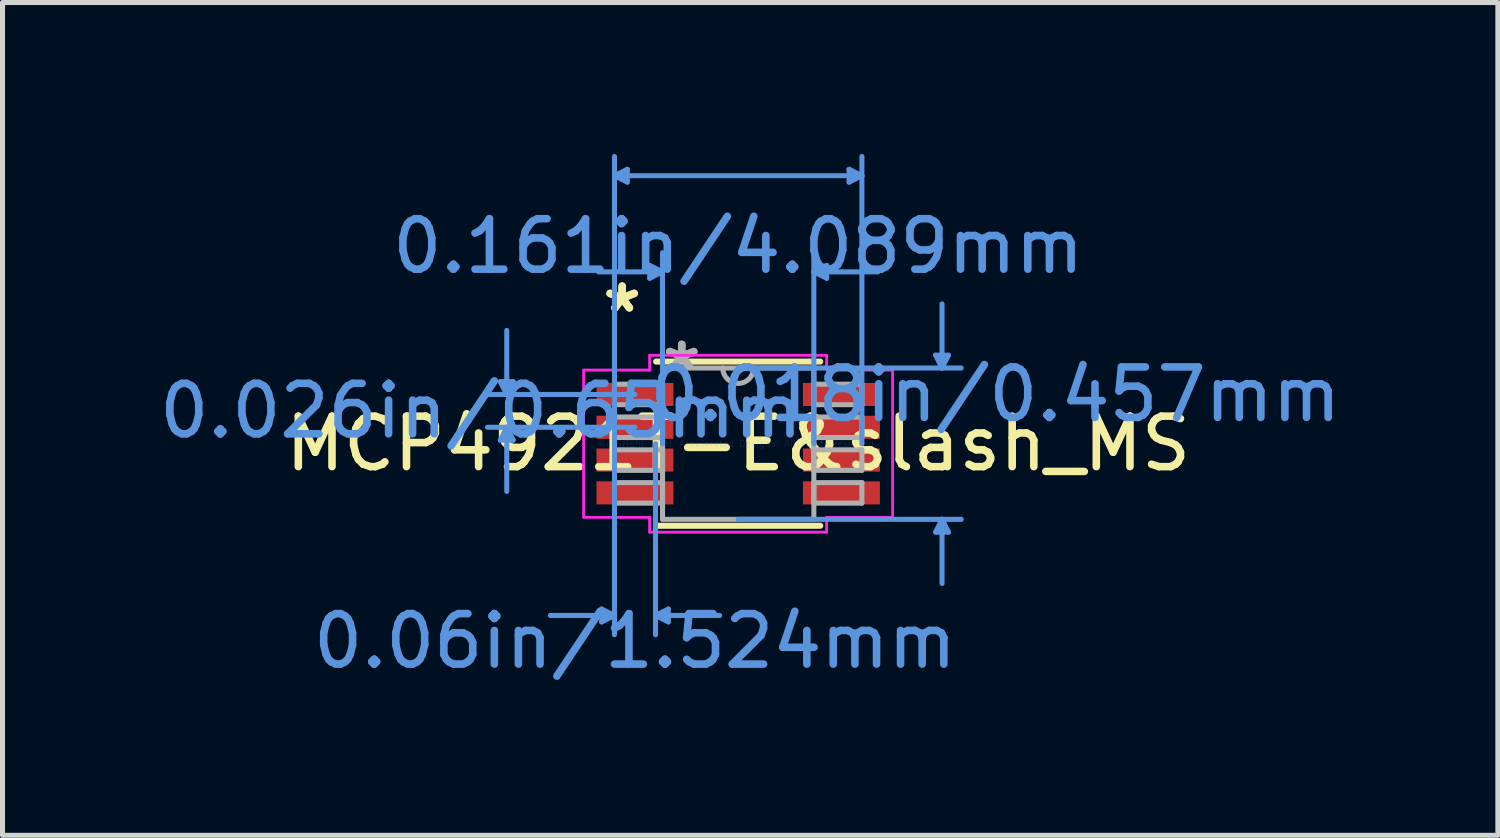
<source format=kicad_pcb>
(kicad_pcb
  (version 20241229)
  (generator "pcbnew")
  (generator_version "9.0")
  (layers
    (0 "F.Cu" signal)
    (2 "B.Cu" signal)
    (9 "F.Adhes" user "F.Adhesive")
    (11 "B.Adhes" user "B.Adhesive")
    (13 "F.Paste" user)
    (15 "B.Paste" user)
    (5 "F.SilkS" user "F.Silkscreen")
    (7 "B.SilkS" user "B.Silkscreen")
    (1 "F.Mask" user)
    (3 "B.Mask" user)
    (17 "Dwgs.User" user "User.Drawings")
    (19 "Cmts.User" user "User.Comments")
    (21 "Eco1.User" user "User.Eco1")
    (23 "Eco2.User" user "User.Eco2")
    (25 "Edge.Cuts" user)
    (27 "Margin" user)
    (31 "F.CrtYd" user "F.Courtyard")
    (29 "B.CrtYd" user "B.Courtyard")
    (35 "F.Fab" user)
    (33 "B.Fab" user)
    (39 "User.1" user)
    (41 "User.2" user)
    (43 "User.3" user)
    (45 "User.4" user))
  (footprint "MCP4921T-E&slash_MS"
    (layer "F.Cu")
    (at 11.575 5.74)
    (property "Reference" "MCP4921T-E&slash_MS" (at 0 0 0) (layer "F.SilkS") (effects (font (size 1 1) (thickness 0.15))))
    (attr through_hole)
    (fp_line (start -1.626 1.626) (end 1.626 1.626) (stroke (width 0.12) (type solid)) (layer "F.SilkS"))
    (fp_line (start 1.626 -1.626) (end -1.626 -1.626) (stroke (width 0.12) (type solid)) (layer "F.SilkS"))
    (fp_line (start -4.712 -1.229) (end -4.458 -1.229) (stroke (width 0.1) (type solid)) (layer "Cmts.User"))
    (fp_line (start -4.712 -0.071) (end -4.458 -0.071) (stroke (width 0.1) (type solid)) (layer "Cmts.User"))
    (fp_line (start -4.585 -0.975) (end -4.712 -1.229) (stroke (width 0.1) (type solid)) (layer "Cmts.User"))
    (fp_line (start -4.585 -0.975) (end -4.585 -2.245) (stroke (width 0.1) (type solid)) (layer "Cmts.User"))
    (fp_line (start -4.585 -0.975) (end -4.458 -1.229) (stroke (width 0.1) (type solid)) (layer "Cmts.User"))
    (fp_line (start -4.585 -0.325) (end -4.712 -0.071) (stroke (width 0.1) (type solid)) (layer "Cmts.User"))
    (fp_line (start -4.585 -0.325) (end -4.585 0.945) (stroke (width 0.1) (type solid)) (layer "Cmts.User"))
    (fp_line (start -4.585 -0.325) (end -4.458 -0.071) (stroke (width 0.1) (type solid)) (layer "Cmts.User"))
    (fp_line (start -2.705 3.277) (end -2.705 3.531) (stroke (width 0.1) (type solid)) (layer "Cmts.User"))
    (fp_line (start -2.451 -5.309) (end -2.197 -5.436) (stroke (width 0.1) (type solid)) (layer "Cmts.User"))
    (fp_line (start -2.451 -5.309) (end -2.197 -5.182) (stroke (width 0.1) (type solid)) (layer "Cmts.User"))
    (fp_line (start -2.451 -5.309) (end 2.451 -5.309) (stroke (width 0.1) (type solid)) (layer "Cmts.User"))
    (fp_line (start -2.451 0) (end -2.451 -5.69) (stroke (width 0.1) (type solid)) (layer "Cmts.User"))
    (fp_line (start -2.451 0) (end -2.451 3.785) (stroke (width 0.1) (type solid)) (layer "Cmts.User"))
    (fp_line (start -2.451 3.404) (end -3.721 3.404) (stroke (width 0.1) (type solid)) (layer "Cmts.User"))
    (fp_line (start -2.451 3.404) (end -2.705 3.277) (stroke (width 0.1) (type solid)) (layer "Cmts.User"))
    (fp_line (start -2.451 3.404) (end -2.705 3.531) (stroke (width 0.1) (type solid)) (layer "Cmts.User"))
    (fp_line (start -2.197 -5.436) (end -2.197 -5.182) (stroke (width 0.1) (type solid)) (layer "Cmts.User"))
    (fp_line (start -2.045 -0.975) (end -4.966 -0.975) (stroke (width 0.1) (type solid)) (layer "Cmts.User"))
    (fp_line (start -2.045 -0.325) (end -4.966 -0.325) (stroke (width 0.1) (type solid)) (layer "Cmts.User"))
    (fp_line (start -1.753 -3.531) (end -1.753 -3.277) (stroke (width 0.1) (type solid)) (layer "Cmts.User"))
    (fp_line (start -1.638 0) (end -1.638 3.785) (stroke (width 0.1) (type solid)) (layer "Cmts.User"))
    (fp_line (start -1.638 3.404) (end -1.384 3.277) (stroke (width 0.1) (type solid)) (layer "Cmts.User"))
    (fp_line (start -1.638 3.404) (end -1.384 3.531) (stroke (width 0.1) (type solid)) (layer "Cmts.User"))
    (fp_line (start -1.638 3.404) (end -0.368 3.404) (stroke (width 0.1) (type solid)) (layer "Cmts.User"))
    (fp_line (start -1.499 -3.404) (end -2.769 -3.404) (stroke (width 0.1) (type solid)) (layer "Cmts.User"))
    (fp_line (start -1.499 -3.404) (end -1.753 -3.531) (stroke (width 0.1) (type solid)) (layer "Cmts.User"))
    (fp_line (start -1.499 -3.404) (end -1.753 -3.277) (stroke (width 0.1) (type solid)) (layer "Cmts.User"))
    (fp_line (start -1.499 0) (end -1.499 -3.785) (stroke (width 0.1) (type solid)) (layer "Cmts.User"))
    (fp_line (start -1.384 3.277) (end -1.384 3.531) (stroke (width 0.1) (type solid)) (layer "Cmts.User"))
    (fp_line (start 0 -1.499) (end 4.42 -1.499) (stroke (width 0.1) (type solid)) (layer "Cmts.User"))
    (fp_line (start 0 1.499) (end 4.42 1.499) (stroke (width 0.1) (type solid)) (layer "Cmts.User"))
    (fp_line (start 1.499 -3.404) (end 1.753 -3.531) (stroke (width 0.1) (type solid)) (layer "Cmts.User"))
    (fp_line (start 1.499 -3.404) (end 1.753 -3.277) (stroke (width 0.1) (type solid)) (layer "Cmts.User"))
    (fp_line (start 1.499 -3.404) (end 2.769 -3.404) (stroke (width 0.1) (type solid)) (layer "Cmts.User"))
    (fp_line (start 1.499 0) (end 1.499 -3.785) (stroke (width 0.1) (type solid)) (layer "Cmts.User"))
    (fp_line (start 1.753 -3.531) (end 1.753 -3.277) (stroke (width 0.1) (type solid)) (layer "Cmts.User"))
    (fp_line (start 2.197 -5.436) (end 2.197 -5.182) (stroke (width 0.1) (type solid)) (layer "Cmts.User"))
    (fp_line (start 2.451 -5.309) (end 2.197 -5.436) (stroke (width 0.1) (type solid)) (layer "Cmts.User"))
    (fp_line (start 2.451 -5.309) (end 2.197 -5.182) (stroke (width 0.1) (type solid)) (layer "Cmts.User"))
    (fp_line (start 2.451 0) (end 2.451 -5.69) (stroke (width 0.1) (type solid)) (layer "Cmts.User"))
    (fp_line (start 3.912 -1.753) (end 4.166 -1.753) (stroke (width 0.1) (type solid)) (layer "Cmts.User"))
    (fp_line (start 3.912 1.753) (end 4.166 1.753) (stroke (width 0.1) (type solid)) (layer "Cmts.User"))
    (fp_line (start 4.039 -1.499) (end 3.912 -1.753) (stroke (width 0.1) (type solid)) (layer "Cmts.User"))
    (fp_line (start 4.039 -1.499) (end 4.039 -2.769) (stroke (width 0.1) (type solid)) (layer "Cmts.User"))
    (fp_line (start 4.039 -1.499) (end 4.166 -1.753) (stroke (width 0.1) (type solid)) (layer "Cmts.User"))
    (fp_line (start 4.039 1.499) (end 3.912 1.753) (stroke (width 0.1) (type solid)) (layer "Cmts.User"))
    (fp_line (start 4.039 1.499) (end 4.039 2.769) (stroke (width 0.1) (type solid)) (layer "Cmts.User"))
    (fp_line (start 4.039 1.499) (end 4.166 1.753) (stroke (width 0.1) (type solid)) (layer "Cmts.User"))
    (fp_line (start -3.061 -1.458) (end -1.753 -1.458) (stroke (width 0.05) (type solid)) (layer "F.CrtYd"))
    (fp_line (start -3.061 -1.458) (end -1.753 -1.458) (stroke (width 0.05) (type solid)) (layer "F.CrtYd"))
    (fp_line (start -3.061 1.458) (end -3.061 -1.458) (stroke (width 0.05) (type solid)) (layer "F.CrtYd"))
    (fp_line (start -3.061 1.458) (end -3.061 -1.458) (stroke (width 0.05) (type solid)) (layer "F.CrtYd"))
    (fp_line (start -3.061 1.458) (end -1.753 1.458) (stroke (width 0.05) (type solid)) (layer "F.CrtYd"))
    (fp_line (start -1.753 -1.753) (end 1.753 -1.753) (stroke (width 0.05) (type solid)) (layer "F.CrtYd"))
    (fp_line (start -1.753 -1.753) (end 1.753 -1.753) (stroke (width 0.05) (type solid)) (layer "F.CrtYd"))
    (fp_line (start -1.753 -1.458) (end -1.753 -1.753) (stroke (width 0.05) (type solid)) (layer "F.CrtYd"))
    (fp_line (start -1.753 -1.458) (end -1.753 -1.753) (stroke (width 0.05) (type solid)) (layer "F.CrtYd"))
    (fp_line (start -1.753 1.458) (end -3.061 1.458) (stroke (width 0.05) (type solid)) (layer "F.CrtYd"))
    (fp_line (start -1.753 1.753) (end -1.753 1.458) (stroke (width 0.05) (type solid)) (layer "F.CrtYd"))
    (fp_line (start -1.753 1.753) (end -1.753 1.458) (stroke (width 0.05) (type solid)) (layer "F.CrtYd"))
    (fp_line (start 1.753 -1.753) (end 1.753 -1.458) (stroke (width 0.05) (type solid)) (layer "F.CrtYd"))
    (fp_line (start 1.753 -1.753) (end 1.753 -1.458) (stroke (width 0.05) (type solid)) (layer "F.CrtYd"))
    (fp_line (start 1.753 -1.458) (end 3.061 -1.458) (stroke (width 0.05) (type solid)) (layer "F.CrtYd"))
    (fp_line (start 1.753 1.458) (end 1.753 1.753) (stroke (width 0.05) (type solid)) (layer "F.CrtYd"))
    (fp_line (start 1.753 1.458) (end 1.753 1.753) (stroke (width 0.05) (type solid)) (layer "F.CrtYd"))
    (fp_line (start 1.753 1.753) (end -1.753 1.753) (stroke (width 0.05) (type solid)) (layer "F.CrtYd"))
    (fp_line (start 1.753 1.753) (end -1.753 1.753) (stroke (width 0.05) (type solid)) (layer "F.CrtYd"))
    (fp_line (start 3.061 -1.458) (end 1.753 -1.458) (stroke (width 0.05) (type solid)) (layer "F.CrtYd"))
    (fp_line (start 3.061 -1.458) (end 3.061 1.458) (stroke (width 0.05) (type solid)) (layer "F.CrtYd"))
    (fp_line (start 3.061 -1.458) (end 3.061 1.458) (stroke (width 0.05) (type solid)) (layer "F.CrtYd"))
    (fp_line (start 3.061 1.458) (end 1.753 1.458) (stroke (width 0.05) (type solid)) (layer "F.CrtYd"))
    (fp_line (start 3.061 1.458) (end 1.753 1.458) (stroke (width 0.05) (type solid)) (layer "F.CrtYd"))
    (fp_line (start -2.451 -1.178) (end -2.451 -0.772) (stroke (width 0.1) (type solid)) (layer "F.Fab"))
    (fp_line (start -2.451 -0.772) (end -1.499 -0.772) (stroke (width 0.1) (type solid)) (layer "F.Fab"))
    (fp_line (start -2.451 -0.528) (end -2.451 -0.122) (stroke (width 0.1) (type solid)) (layer "F.Fab"))
    (fp_line (start -2.451 -0.122) (end -1.499 -0.122) (stroke (width 0.1) (type solid)) (layer "F.Fab"))
    (fp_line (start -2.451 0.122) (end -2.451 0.528) (stroke (width 0.1) (type solid)) (layer "F.Fab"))
    (fp_line (start -2.451 0.528) (end -1.499 0.528) (stroke (width 0.1) (type solid)) (layer "F.Fab"))
    (fp_line (start -2.451 0.772) (end -2.451 1.178) (stroke (width 0.1) (type solid)) (layer "F.Fab"))
    (fp_line (start -2.451 1.178) (end -1.499 1.178) (stroke (width 0.1) (type solid)) (layer "F.Fab"))
    (fp_line (start -1.499 -1.499) (end -1.499 1.499) (stroke (width 0.1) (type solid)) (layer "F.Fab"))
    (fp_line (start -1.499 -1.178) (end -2.451 -1.178) (stroke (width 0.1) (type solid)) (layer "F.Fab"))
    (fp_line (start -1.499 -0.772) (end -1.499 -1.178) (stroke (width 0.1) (type solid)) (layer "F.Fab"))
    (fp_line (start -1.499 -0.528) (end -2.451 -0.528) (stroke (width 0.1) (type solid)) (layer "F.Fab"))
    (fp_line (start -1.499 -0.122) (end -1.499 -0.528) (stroke (width 0.1) (type solid)) (layer "F.Fab"))
    (fp_line (start -1.499 0.122) (end -2.451 0.122) (stroke (width 0.1) (type solid)) (layer "F.Fab"))
    (fp_line (start -1.499 0.528) (end -1.499 0.122) (stroke (width 0.1) (type solid)) (layer "F.Fab"))
    (fp_line (start -1.499 0.772) (end -2.451 0.772) (stroke (width 0.1) (type solid)) (layer "F.Fab"))
    (fp_line (start -1.499 1.178) (end -1.499 0.772) (stroke (width 0.1) (type solid)) (layer "F.Fab"))
    (fp_line (start -1.499 1.499) (end 1.499 1.499) (stroke (width 0.1) (type solid)) (layer "F.Fab"))
    (fp_line (start 1.499 -1.499) (end -1.499 -1.499) (stroke (width 0.1) (type solid)) (layer "F.Fab"))
    (fp_line (start 1.499 -1.178) (end 1.499 -0.772) (stroke (width 0.1) (type solid)) (layer "F.Fab"))
    (fp_line (start 1.499 -0.772) (end 2.451 -0.772) (stroke (width 0.1) (type solid)) (layer "F.Fab"))
    (fp_line (start 1.499 -0.528) (end 1.499 -0.122) (stroke (width 0.1) (type solid)) (layer "F.Fab"))
    (fp_line (start 1.499 -0.122) (end 2.451 -0.122) (stroke (width 0.1) (type solid)) (layer "F.Fab"))
    (fp_line (start 1.499 0.122) (end 1.499 0.528) (stroke (width 0.1) (type solid)) (layer "F.Fab"))
    (fp_line (start 1.499 0.528) (end 2.451 0.528) (stroke (width 0.1) (type solid)) (layer "F.Fab"))
    (fp_line (start 1.499 0.772) (end 1.499 1.178) (stroke (width 0.1) (type solid)) (layer "F.Fab"))
    (fp_line (start 1.499 1.178) (end 2.451 1.178) (stroke (width 0.1) (type solid)) (layer "F.Fab"))
    (fp_line (start 1.499 1.499) (end 1.499 -1.499) (stroke (width 0.1) (type solid)) (layer "F.Fab"))
    (fp_line (start 2.451 -1.178) (end 1.499 -1.178) (stroke (width 0.1) (type solid)) (layer "F.Fab"))
    (fp_line (start 2.451 -0.772) (end 2.451 -1.178) (stroke (width 0.1) (type solid)) (layer "F.Fab"))
    (fp_line (start 2.451 -0.528) (end 1.499 -0.528) (stroke (width 0.1) (type solid)) (layer "F.Fab"))
    (fp_line (start 2.451 -0.122) (end 2.451 -0.528) (stroke (width 0.1) (type solid)) (layer "F.Fab"))
    (fp_line (start 2.451 0.122) (end 1.499 0.122) (stroke (width 0.1) (type solid)) (layer "F.Fab"))
    (fp_line (start 2.451 0.528) (end 2.451 0.122) (stroke (width 0.1) (type solid)) (layer "F.Fab"))
    (fp_line (start 2.451 0.772) (end 1.499 0.772) (stroke (width 0.1) (type solid)) (layer "F.Fab"))
    (fp_line (start 2.451 1.178) (end 2.451 0.772) (stroke (width 0.1) (type solid)) (layer "F.Fab"))
    (fp_arc (start 0.3048 -1.4986) (mid 0 -1.1938) (end -0.3048 -1.4986) (stroke (width 0.1) (type solid)) (layer "F.Fab"))
    (fp_text user "*" (at -2.299 -2.575 0) (layer "F.SilkS") (effects (font (size 1 1) (thickness 0.15))))
    (fp_text user "*" (at -2.299 -2.575 0) (layer "F.SilkS") (effects (font (size 1 1) (thickness 0.15))))
    (fp_text user "0.018in/0.457mm" (at 5.093 -0.975 0) (layer "Cmts.User") (effects (font (size 1 1) (thickness 0.15))))
    (fp_text user "0.06in/1.524mm" (at -2.045 3.912 0) (layer "Cmts.User") (effects (font (size 1 1) (thickness 0.15))))
    (fp_text user "0.026in/0.65mm" (at -5.093 -0.65 0) (layer "Cmts.User") (effects (font (size 1 1) (thickness 0.15))))
    (fp_text user "0.161in/4.089mm" (at 0 -3.912 0) (layer "Cmts.User") (effects (font (size 1 1) (thickness 0.15))))
    (fp_text user "Copyright 2021 Accelerated Designs. All rights reserved." (at 0 0 0) (layer "Cmts.User") (effects (font (size 0.127 0.127) (thickness 0.002))))
    (fp_text user "*" (at -1.118 -1.422 0) (layer "F.Fab") (effects (font (size 1 1) (thickness 0.15))))
    (fp_text user "*" (at -1.118 -1.422 0) (layer "F.Fab") (effects (font (size 1 1) (thickness 0.15))))
    (pad "1" smd rect (at -2.045 -0.975) (size 1.524 0.457) (layers "F.Cu" "F.Mask" "F.Paste"))
    (pad "2" smd rect (at -2.045 -0.325) (size 1.524 0.457) (layers "F.Cu" "F.Mask" "F.Paste"))
    (pad "3" smd rect (at -2.045 0.325) (size 1.524 0.457) (layers "F.Cu" "F.Mask" "F.Paste"))
    (pad "4" smd rect (at -2.045 0.975) (size 1.524 0.457) (layers "F.Cu" "F.Mask" "F.Paste"))
    (pad "5" smd rect (at 2.045 0.975) (size 1.524 0.457) (layers "F.Cu" "F.Mask" "F.Paste"))
    (pad "6" smd rect (at 2.045 0.325) (size 1.524 0.457) (layers "F.Cu" "F.Mask" "F.Paste"))
    (pad "7" smd rect (at 2.045 -0.325) (size 1.524 0.457) (layers "F.Cu" "F.Mask" "F.Paste"))
    (pad "8" smd rect (at 2.045 -0.975) (size 1.524 0.457) (layers "F.Cu" "F.Mask" "F.Paste")))
  (gr_rect
    (start -3 -3)
    (end 26.626 13.499)
    (stroke (width 0.1) (type default))
    (fill no)
    (layer "Edge.Cuts")))
</source>
